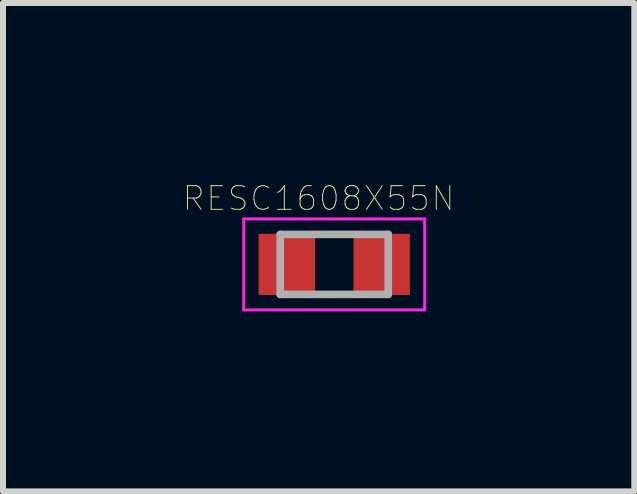
<source format=kicad_pcb>
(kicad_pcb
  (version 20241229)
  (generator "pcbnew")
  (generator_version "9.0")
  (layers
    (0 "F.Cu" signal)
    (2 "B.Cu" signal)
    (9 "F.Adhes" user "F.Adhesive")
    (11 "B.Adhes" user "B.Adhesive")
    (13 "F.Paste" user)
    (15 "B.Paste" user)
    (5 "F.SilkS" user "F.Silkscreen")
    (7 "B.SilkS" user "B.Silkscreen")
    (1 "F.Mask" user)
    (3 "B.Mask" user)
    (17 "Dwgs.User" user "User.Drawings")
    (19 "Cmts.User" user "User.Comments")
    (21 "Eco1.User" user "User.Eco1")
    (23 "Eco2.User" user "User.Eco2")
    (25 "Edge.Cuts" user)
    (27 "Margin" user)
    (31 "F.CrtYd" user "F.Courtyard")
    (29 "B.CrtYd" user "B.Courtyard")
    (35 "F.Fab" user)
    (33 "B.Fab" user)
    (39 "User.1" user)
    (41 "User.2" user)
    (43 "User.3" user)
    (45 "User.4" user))
  (footprint "RESC1608X55N"
    (layer "F.Cu")
    (at 2.521 1.357)
    (property "Reference" "RESC1608X55N" (at -0.26 -1.1 0) (layer "F.SilkS") (effects (font (size 0.394 0.394) (thickness 0.015))))
    (attr through_hole)
    (fp_line (start -1.508 -0.758) (end 1.508 -0.758) (stroke (width 0.05) (type solid)) (layer "F.CrtYd"))
    (fp_line (start -1.508 0.758) (end -1.508 -0.758) (stroke (width 0.05) (type solid)) (layer "F.CrtYd"))
    (fp_line (start -1.508 0.758) (end 1.508 0.758) (stroke (width 0.05) (type solid)) (layer "F.CrtYd"))
    (fp_line (start 1.508 0.758) (end 1.508 -0.758) (stroke (width 0.05) (type solid)) (layer "F.CrtYd"))
    (fp_line (start -0.9 0.5) (end -0.9 -0.5) (stroke (width 0.127) (type solid)) (layer "F.Fab"))
    (fp_line (start 0.9 -0.5) (end -0.9 -0.5) (stroke (width 0.127) (type solid)) (layer "F.Fab"))
    (fp_line (start 0.9 0.5) (end -0.9 0.5) (stroke (width 0.127) (type solid)) (layer "F.Fab"))
    (fp_line (start 0.9 0.5) (end 0.9 -0.5) (stroke (width 0.127) (type solid)) (layer "F.Fab"))
    (pad "1" smd rect (at -0.79 0) (size 0.94 1.02) (layers "F.Cu" "F.Mask" "F.Paste"))
    (pad "2" smd rect (at 0.79 0) (size 0.94 1.02) (layers "F.Cu" "F.Mask" "F.Paste")))
  (gr_rect
    (start -3 -3)
    (end 7.522 5.14)
    (stroke (width 0.1) (type default))
    (fill no)
    (layer "Edge.Cuts")))
</source>
